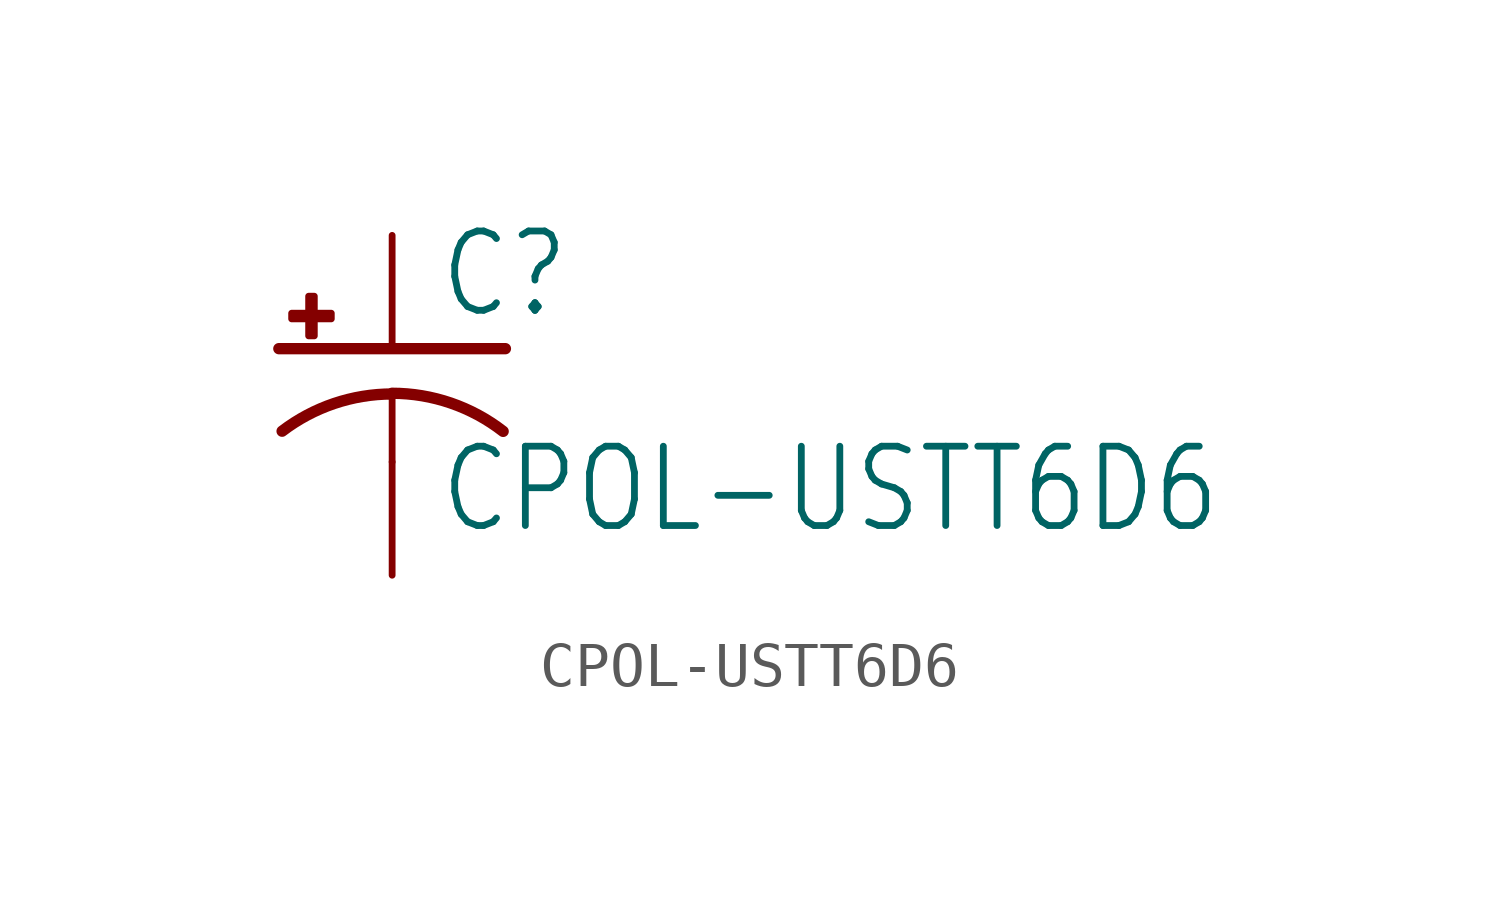
<source format=kicad_sym>
(kicad_symbol_lib
  (version 20220914)
  (generator kicad_symbol_editor)
  (symbol "CPOL-USTT6D6"
    (property "Reference" "C"
      (at 1.016 0.635 0)
      (effects (font (size 1.778 1.511)) (justify left bottom)))
    (property "Value" "CPOL-USTT6D6"
      (at 1.016 -4.191 0)
      (effects (font (size 1.778 1.511)) (justify left bottom)))
    (property "ki_locked" ""
      (at 0 0 0)
      (effects (font (size 1.27 1.27))))
    (symbol "CPOL-USTT6D6_1_0"
      (rectangle (start -2.253 0.668) (end -1.364 0.795) (stroke (width 0) (type default)) (fill (type outline)))
      (rectangle (start -1.872 0.287) (end -1.745 1.176) (stroke (width 0) (type default)) (fill (type outline)))
      (arc (start 0 -1.0161) (mid -1.3021 -1.2302) (end -2.4669 -1.8504) (stroke (width 0.254) (type default)) (fill (type none)))
      (polyline (pts (xy -2.54 0) (xy 2.54 0)) (stroke (width 0.254) (type default)) (fill (type none)))
      (polyline (pts (xy 0 -1.016) (xy 0 -2.54)) (stroke (width 0.152) (type default)) (fill (type none)))
      (arc (start 2.4892 -1.8542) (mid 1.3158 -1.2195) (end 0 -1) (stroke (width 0.254) (type default)) (fill (type none)))
      (pin passive line (at 0 2.54 270) (length 2.54) (name "+" (effects (font (size 0 0)))) (number "+" (effects (font (size 0 0)))))
      (pin passive line (at 0 -5.08 90) (length 2.54) (name "-" (effects (font (size 0 0)))) (number "-" (effects (font (size 0 0))))))))
</source>
